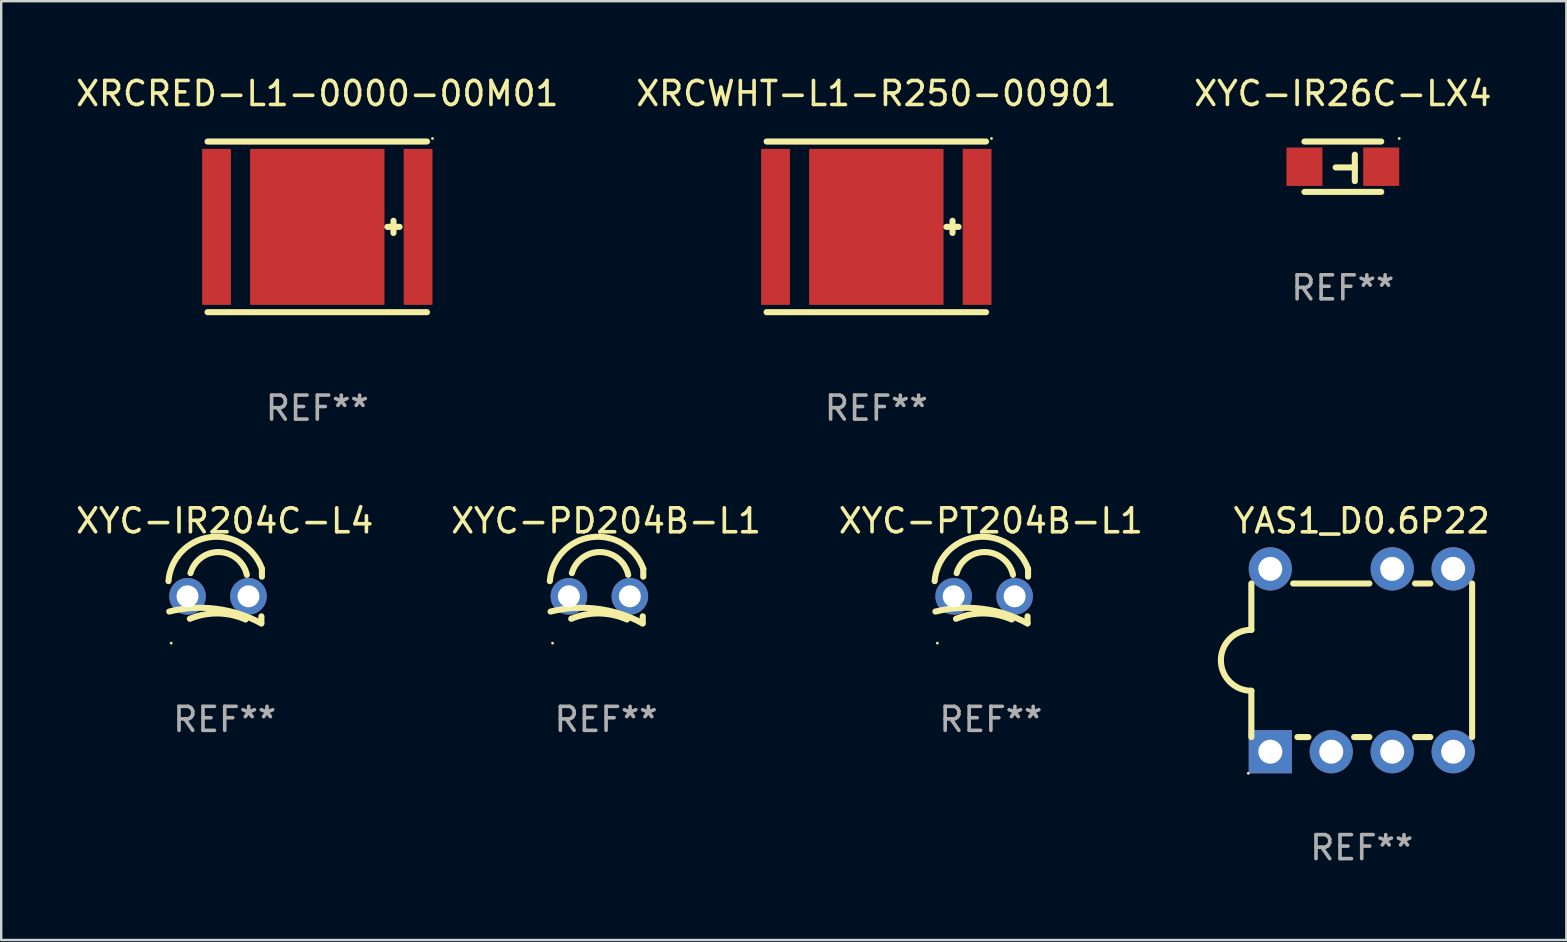
<source format=kicad_pcb>
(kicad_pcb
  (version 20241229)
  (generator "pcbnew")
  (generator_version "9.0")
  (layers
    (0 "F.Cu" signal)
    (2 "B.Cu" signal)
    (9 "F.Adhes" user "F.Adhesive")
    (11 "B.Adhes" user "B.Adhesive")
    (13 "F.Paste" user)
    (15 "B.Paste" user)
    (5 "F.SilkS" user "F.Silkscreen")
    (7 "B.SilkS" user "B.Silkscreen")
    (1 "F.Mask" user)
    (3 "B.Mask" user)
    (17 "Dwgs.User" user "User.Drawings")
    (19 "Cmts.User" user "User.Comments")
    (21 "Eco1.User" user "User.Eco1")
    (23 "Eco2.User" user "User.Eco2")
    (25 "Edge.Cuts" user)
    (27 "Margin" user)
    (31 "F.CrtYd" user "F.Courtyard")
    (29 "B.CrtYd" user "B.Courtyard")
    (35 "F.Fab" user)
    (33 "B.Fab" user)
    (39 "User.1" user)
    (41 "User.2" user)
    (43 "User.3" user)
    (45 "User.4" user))
  (footprint "XRCWHT-L1-R250-00901"
    (layer "F.Cu")
    (at 33.47 6.404)
    (property "Reference" "XRCWHT-L1-R250-00901" (at 0 -5.556 0) (layer "F.SilkS") (effects (font (size 1 1) (thickness 0.15))))
    (attr through_hole)
    (fp_line (start -4.572 3.556) (end 4.572 3.556) (stroke (width 0.254) (type solid)) (layer "F.SilkS"))
    (fp_line (start 2.921 0) (end 3.429 0) (stroke (width 0.254) (type solid)) (layer "F.SilkS"))
    (fp_line (start 3.175 -0.254) (end 3.175 0.254) (stroke (width 0.254) (type solid)) (layer "F.SilkS"))
    (fp_line (start 4.572 -3.556) (end -4.572 -3.556) (stroke (width 0.254) (type solid)) (layer "F.SilkS"))
    (fp_circle (center 4.8 -3.683) (end 4.83 -3.683) (stroke (width 0.06) (type solid)) (fill no) (layer "F.SilkS"))
    (fp_text user "REF**" (at 0 7.556 0) (layer "F.Fab") (effects (font (size 1 1) (thickness 0.15))))
    (pad "0" smd rect (at 0 0) (size 5.6 6.5) (layers "F.Cu" "F.Mask" "F.Paste"))
    (pad "1" smd rect (at 4.2 0 90) (size 6.5 1.2) (layers "F.Cu" "F.Mask" "F.Paste"))
    (pad "2" smd rect (at -4.2 0 90) (size 6.5 1.2) (layers "F.Cu" "F.Mask" "F.Paste")))
  (footprint "XYC-PD204B-L1"
    (layer "F.Cu")
    (at 22.208 21.793)
    (property "Reference" "XYC-PD204B-L1" (at 0 -3.137 0) (layer "F.SilkS") (effects (font (size 1 1) (thickness 0.15))))
    (attr through_hole)
    (fp_line (start 1.529 0.842) (end 1.525 1.137) (stroke (width 0.254) (type solid)) (layer "F.SilkS"))
    (fp_line (start 1.55 -1.137) (end 1.55 -0.811) (stroke (width 0.254) (type solid)) (layer "F.SilkS"))
    (fp_arc (start -2.344336 -0.624664) (mid -0.604362 -2.457931) (end 1.550229 -1.136525) (stroke (width 0.254001) (type solid)) (layer "F.SilkS"))
    (fp_arc (start -2.31223 0.643358) (mid -0.347208 0.529557) (end 1.525184 1.136526) (stroke (width 0.254001) (type solid)) (layer "F.SilkS"))
    (fp_arc (start -1.45348 0.944425) (mid -0.289454 0.72139) (end 0.868415 0.974448) (stroke (width 0.254001) (type solid)) (layer "F.SilkS"))
    (fp_arc (start -1.426174 -0.958548) (mid -0.223791 -1.836179) (end 0.922695 -0.88669) (stroke (width 0.254001) (type solid)) (layer "F.SilkS"))
    (fp_circle (center -2.231 1.96) (end -2.201 1.96) (stroke (width 0.06) (type solid)) (fill no) (layer "F.SilkS"))
    (fp_text user "REF**" (at 0 5.137 0) (layer "F.Fab") (effects (font (size 1 1) (thickness 0.15))))
    (pad "1" thru_hole circle (at -1.55 0.008) (size 1.524 1.524) (drill 0.914) (layers "*.Cu" "*.Mask"))
    (pad "2" thru_hole circle (at 0.99 0.008) (size 1.524 1.524) (drill 0.914) (layers "*.Cu" "*.Mask")))
  (footprint "XYC-PT204B-L1"
    (layer "F.Cu")
    (at 38.244 21.793)
    (property "Reference" "XYC-PT204B-L1" (at 0 -3.137 0) (layer "F.SilkS") (effects (font (size 1 1) (thickness 0.15))))
    (attr through_hole)
    (fp_line (start 1.529 0.842) (end 1.525 1.137) (stroke (width 0.254) (type solid)) (layer "F.SilkS"))
    (fp_line (start 1.55 -1.137) (end 1.55 -0.811) (stroke (width 0.254) (type solid)) (layer "F.SilkS"))
    (fp_arc (start -2.344336 -0.624664) (mid -0.604362 -2.457931) (end 1.550229 -1.136525) (stroke (width 0.254001) (type solid)) (layer "F.SilkS"))
    (fp_arc (start -2.31223 0.643358) (mid -0.347208 0.529557) (end 1.525184 1.136526) (stroke (width 0.254001) (type solid)) (layer "F.SilkS"))
    (fp_arc (start -1.45348 0.944425) (mid -0.289454 0.72139) (end 0.868415 0.974448) (stroke (width 0.254001) (type solid)) (layer "F.SilkS"))
    (fp_arc (start -1.426174 -0.958548) (mid -0.223791 -1.836179) (end 0.922695 -0.88669) (stroke (width 0.254001) (type solid)) (layer "F.SilkS"))
    (fp_circle (center -2.231 1.96) (end -2.201 1.96) (stroke (width 0.06) (type solid)) (fill no) (layer "F.SilkS"))
    (fp_text user "REF**" (at 0 5.137 0) (layer "F.Fab") (effects (font (size 1 1) (thickness 0.15))))
    (pad "1" thru_hole circle (at -1.55 0.008) (size 1.524 1.524) (drill 0.914) (layers "*.Cu" "*.Mask"))
    (pad "2" thru_hole circle (at 0.99 0.008) (size 1.524 1.524) (drill 0.914) (layers "*.Cu" "*.Mask")))
  (footprint "XRCRED-L1-0000-00M01"
    (layer "F.Cu")
    (at 10.173 6.404)
    (property "Reference" "XRCRED-L1-0000-00M01" (at 0 -5.556 0) (layer "F.SilkS") (effects (font (size 1 1) (thickness 0.15))))
    (attr through_hole)
    (fp_line (start -4.572 3.556) (end 4.572 3.556) (stroke (width 0.254) (type solid)) (layer "F.SilkS"))
    (fp_line (start 2.921 0) (end 3.429 0) (stroke (width 0.254) (type solid)) (layer "F.SilkS"))
    (fp_line (start 3.175 -0.254) (end 3.175 0.254) (stroke (width 0.254) (type solid)) (layer "F.SilkS"))
    (fp_line (start 4.572 -3.556) (end -4.572 -3.556) (stroke (width 0.254) (type solid)) (layer "F.SilkS"))
    (fp_circle (center 4.8 -3.683) (end 4.83 -3.683) (stroke (width 0.06) (type solid)) (fill no) (layer "F.SilkS"))
    (fp_text user "REF**" (at 0 7.556 0) (layer "F.Fab") (effects (font (size 1 1) (thickness 0.15))))
    (pad "0" smd rect (at 0 0) (size 5.6 6.5) (layers "F.Cu" "F.Mask" "F.Paste"))
    (pad "1" smd rect (at 4.2 0 90) (size 6.5 1.2) (layers "F.Cu" "F.Mask" "F.Paste"))
    (pad "2" smd rect (at -4.2 0 90) (size 6.5 1.2) (layers "F.Cu" "F.Mask" "F.Paste")))
  (footprint "XYC-IR26C-LX4"
    (layer "F.Cu")
    (at 52.911 3.898)
    (property "Reference" "XYC-IR26C-LX4" (at 0 -3.05 0) (layer "F.SilkS") (effects (font (size 1 1) (thickness 0.15))))
    (attr through_hole)
    (fp_line (start -1.6 1.05) (end 1.6 1.05) (stroke (width 0.254) (type solid)) (layer "F.SilkS"))
    (fp_line (start 0.5 -0.5) (end 0.5 0.6) (stroke (width 0.254) (type solid)) (layer "F.SilkS"))
    (fp_line (start 0.5 0.029) (end -0.3 0.029) (stroke (width 0.254) (type solid)) (layer "F.SilkS"))
    (fp_line (start 1.6 -1.05) (end -1.6 -1.05) (stroke (width 0.254) (type solid)) (layer "F.SilkS"))
    (fp_circle (center 2.35 -1.177) (end 2.38 -1.177) (stroke (width 0.06) (type solid)) (fill no) (layer "F.SilkS"))
    (fp_text user "REF**" (at 0 5.05 0) (layer "F.Fab") (effects (font (size 1 1) (thickness 0.15))))
    (pad "1" smd rect (at 1.6 0) (size 1.5 1.6) (layers "F.Cu" "F.Mask" "F.Paste"))
    (pad "2" smd rect (at -1.6 0 180) (size 1.5 1.6) (layers "F.Cu" "F.Mask" "F.Paste")))
  (footprint "XYC-IR204C-L4"
    (layer "F.Cu")
    (at 6.315 21.793)
    (property "Reference" "XYC-IR204C-L4" (at 0 -3.137 0) (layer "F.SilkS") (effects (font (size 1 1) (thickness 0.15))))
    (attr through_hole)
    (fp_line (start 1.529 0.842) (end 1.525 1.137) (stroke (width 0.254) (type solid)) (layer "F.SilkS"))
    (fp_line (start 1.55 -1.137) (end 1.55 -0.811) (stroke (width 0.254) (type solid)) (layer "F.SilkS"))
    (fp_arc (start -2.344336 -0.624664) (mid -0.604362 -2.457931) (end 1.550229 -1.136525) (stroke (width 0.254001) (type solid)) (layer "F.SilkS"))
    (fp_arc (start -2.31223 0.643358) (mid -0.347208 0.529557) (end 1.525184 1.136526) (stroke (width 0.254001) (type solid)) (layer "F.SilkS"))
    (fp_arc (start -1.45348 0.944425) (mid -0.289454 0.72139) (end 0.868415 0.974448) (stroke (width 0.254001) (type solid)) (layer "F.SilkS"))
    (fp_arc (start -1.426174 -0.958548) (mid -0.223791 -1.836179) (end 0.922695 -0.88669) (stroke (width 0.254001) (type solid)) (layer "F.SilkS"))
    (fp_circle (center -2.231 1.96) (end -2.201 1.96) (stroke (width 0.06) (type solid)) (fill no) (layer "F.SilkS"))
    (fp_text user "REF**" (at 0 5.137 0) (layer "F.Fab") (effects (font (size 1 1) (thickness 0.15))))
    (pad "1" thru_hole circle (at -1.55 0.008) (size 1.524 1.524) (drill 0.914) (layers "*.Cu" "*.Mask"))
    (pad "2" thru_hole circle (at 0.99 0.008) (size 1.524 1.524) (drill 0.914) (layers "*.Cu" "*.Mask")))
  (footprint "YAS1_D0.6P22"
    (layer "F.Cu")
    (at 53.699 24.467)
    (property "Reference" "YAS1_D0.6P22" (at 0 -5.81 0) (layer "F.SilkS") (effects (font (size 1 1) (thickness 0.15))))
    (attr through_hole)
    (fp_line (start -4.6 -1.27) (end -4.6 -3.2) (stroke (width 0.254) (type solid)) (layer "F.SilkS"))
    (fp_line (start -4.6 3.2) (end -4.6 1.27) (stroke (width 0.254) (type solid)) (layer "F.SilkS"))
    (fp_line (start -2.858 -3.2) (end 0.318 -3.2) (stroke (width 0.254) (type solid)) (layer "F.SilkS"))
    (fp_line (start -2.222 3.2) (end -2.679 3.2) (stroke (width 0.254) (type solid)) (layer "F.SilkS"))
    (fp_line (start 0.318 3.2) (end -0.318 3.2) (stroke (width 0.254) (type solid)) (layer "F.SilkS"))
    (fp_line (start 2.222 -3.2) (end 2.858 -3.2) (stroke (width 0.254) (type solid)) (layer "F.SilkS"))
    (fp_line (start 2.858 3.2) (end 2.222 3.2) (stroke (width 0.254) (type solid)) (layer "F.SilkS"))
    (fp_line (start 4.6 3.2) (end 4.6 -3.2) (stroke (width 0.254) (type solid)) (layer "F.SilkS"))
    (fp_arc (start -4.6 1.270003) (mid -5.869952 -0.000026) (end -4.599949 -1.270003) (stroke (width 0.254001) (type solid)) (layer "F.SilkS"))
    (fp_circle (center -4.727 4.71) (end -4.697 4.71) (stroke (width 0.06) (type solid)) (fill no) (layer "F.SilkS"))
    (fp_text user "REF**" (at 0 7.81 0) (layer "F.Fab") (effects (font (size 1 1) (thickness 0.15))))
    (pad "1" thru_hole rect (at -3.81 3.81) (size 1.8 1.8) (drill 1) (layers "*.Cu" "*.Mask"))
    (pad "2" thru_hole circle (at -1.27 3.81) (size 1.8 1.8) (drill 1) (layers "*.Cu" "*.Mask"))
    (pad "3" thru_hole circle (at 1.27 3.81) (size 1.8 1.8) (drill 1) (layers "*.Cu" "*.Mask"))
    (pad "4" thru_hole circle (at 3.81 3.81) (size 1.8 1.8) (drill 1) (layers "*.Cu" "*.Mask"))
    (pad "5" thru_hole circle (at 3.81 -3.81) (size 1.8 1.8) (drill 1) (layers "*.Cu" "*.Mask"))
    (pad "6" thru_hole circle (at 1.27 -3.81) (size 1.8 1.8) (drill 1) (layers "*.Cu" "*.Mask"))
    (pad "8" thru_hole circle (at -3.81 -3.81) (size 1.8 1.8) (drill 1) (layers "*.Cu" "*.Mask")))
  (gr_rect
    (start -3 -3)
    (end 62.226 36.125)
    (stroke (width 0.1) (type default))
    (fill no)
    (layer "Edge.Cuts")))
</source>
